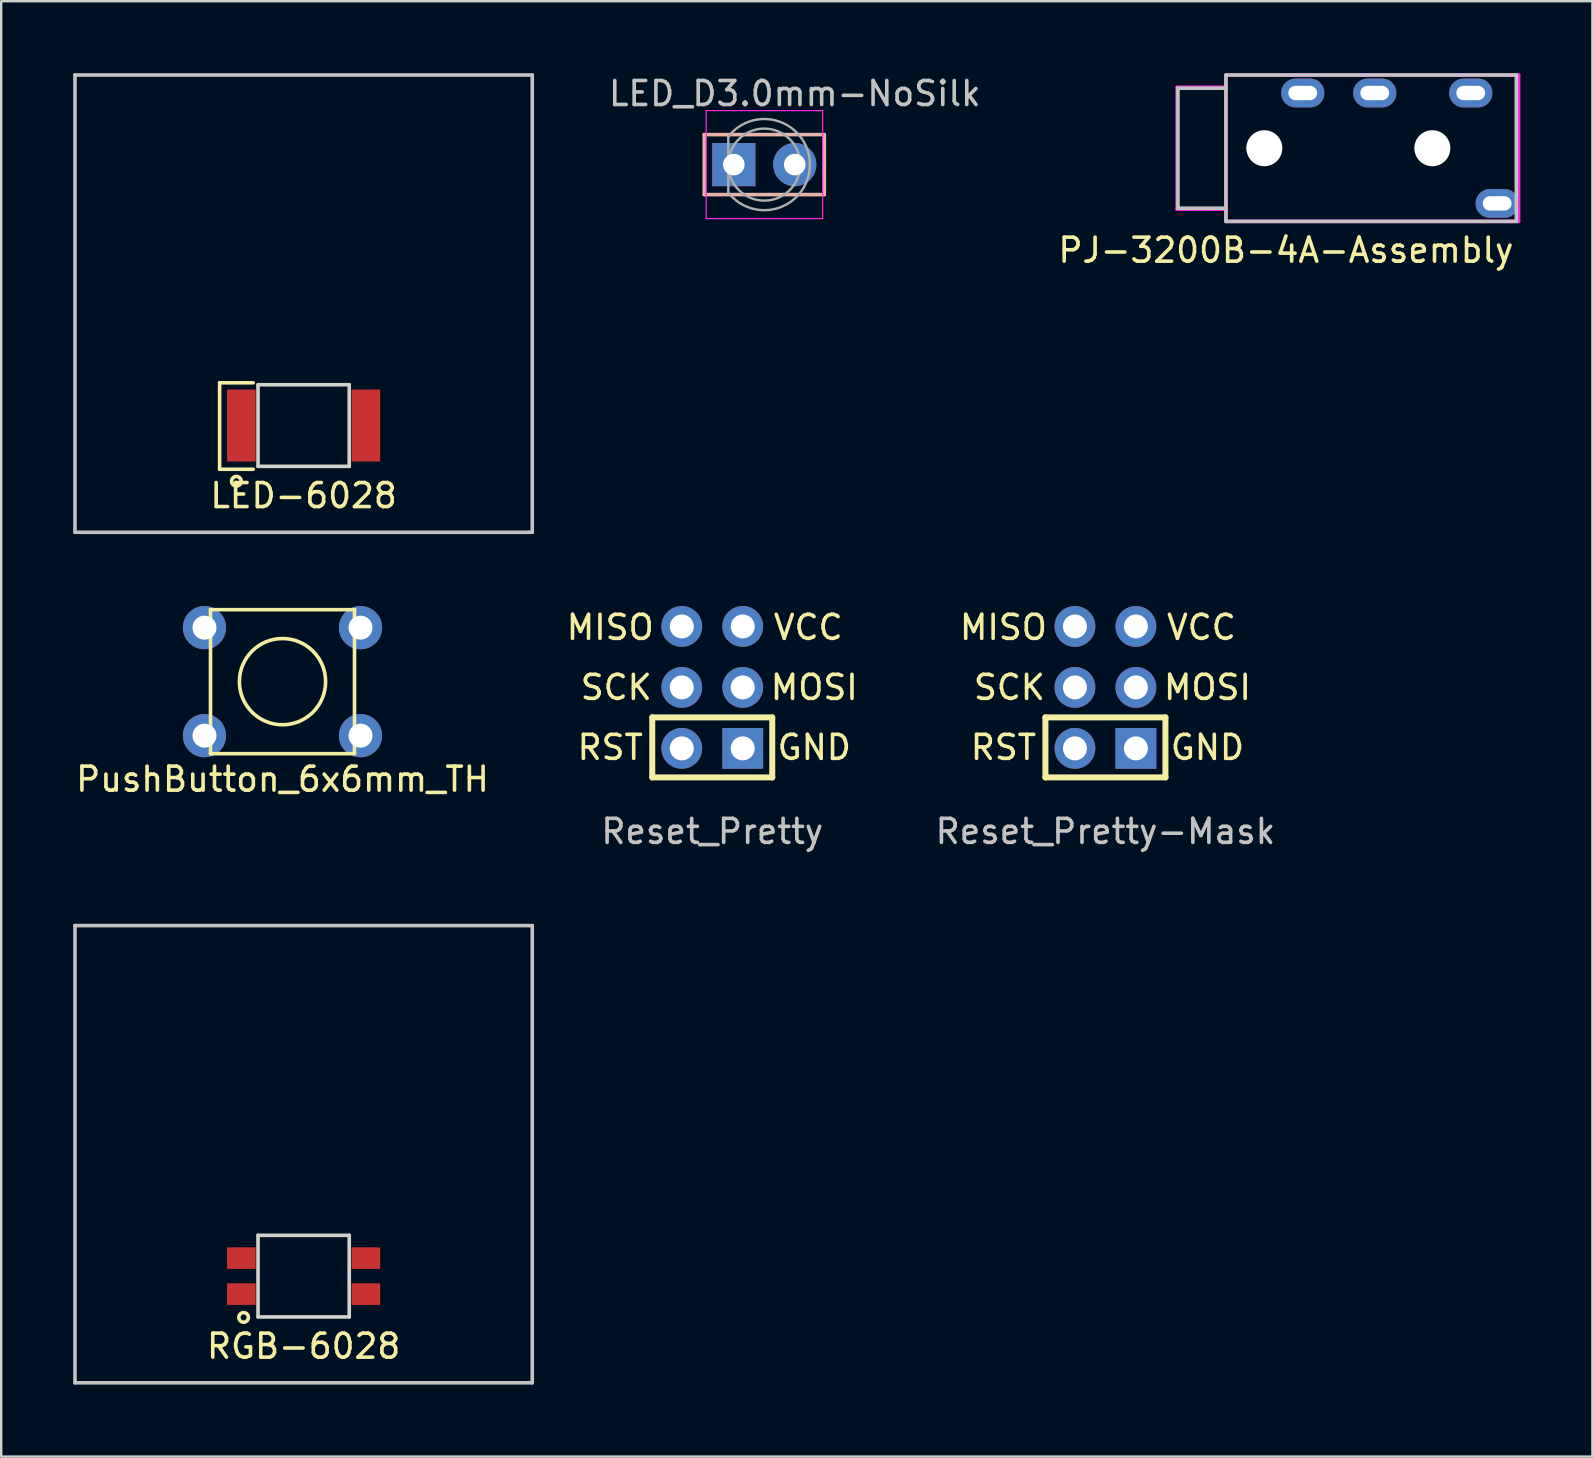
<source format=kicad_pcb>
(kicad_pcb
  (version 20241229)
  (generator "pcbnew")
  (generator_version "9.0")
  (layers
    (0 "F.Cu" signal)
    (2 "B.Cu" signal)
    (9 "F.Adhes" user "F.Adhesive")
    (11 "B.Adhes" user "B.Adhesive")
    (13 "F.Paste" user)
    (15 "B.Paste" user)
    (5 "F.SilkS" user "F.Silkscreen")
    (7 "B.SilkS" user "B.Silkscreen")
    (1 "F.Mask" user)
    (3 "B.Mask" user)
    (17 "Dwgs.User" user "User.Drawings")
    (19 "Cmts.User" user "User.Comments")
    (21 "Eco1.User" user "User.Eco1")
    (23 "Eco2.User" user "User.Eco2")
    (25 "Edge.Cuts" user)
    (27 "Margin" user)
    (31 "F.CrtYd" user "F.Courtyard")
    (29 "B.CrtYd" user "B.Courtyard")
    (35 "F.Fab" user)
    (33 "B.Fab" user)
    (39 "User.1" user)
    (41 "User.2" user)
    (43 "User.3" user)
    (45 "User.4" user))
  (footprint "RGB-6028"
    (layer "F.Cu")
    (at 9.6 45.038)
    (property "Reference" "RGB-6028" (at 0 8 0) (layer "F.SilkS") (effects (font (size 1 1) (thickness 0.15))))
    (attr smd)
    (fp_circle (center -2.5 6.8) (end -2.5 6.6) (stroke (width 0.15) (type solid)) (fill no) (layer "F.SilkS"))
    (fp_line (start -9.525 -9.525) (end 9.525 -9.525) (stroke (width 0.15) (type solid)) (layer "Dwgs.User"))
    (fp_line (start -9.525 9.525) (end -9.525 -9.525) (stroke (width 0.15) (type solid)) (layer "Dwgs.User"))
    (fp_line (start 9.525 -9.525) (end 9.525 9.525) (stroke (width 0.15) (type solid)) (layer "Dwgs.User"))
    (fp_line (start 9.525 9.525) (end -9.525 9.525) (stroke (width 0.15) (type solid)) (layer "Dwgs.User"))
    (fp_line (start -1.9 3.38) (end -1.9 6.78) (stroke (width 0.15) (type solid)) (layer "Edge.Cuts"))
    (fp_line (start 1.9 3.38) (end -1.9 3.38) (stroke (width 0.15) (type solid)) (layer "Edge.Cuts"))
    (fp_line (start 1.9 3.38) (end 1.9 6.78) (stroke (width 0.15) (type solid)) (layer "Edge.Cuts"))
    (fp_line (start 1.9 6.78) (end -1.9 6.78) (stroke (width 0.15) (type solid)) (layer "Edge.Cuts"))
    (pad "1" smd rect (at -2.595 4.33) (size 1.19 0.9) (layers "F.Cu" "F.Mask" "F.Paste"))
    (pad "2" smd rect (at 2.595 5.83) (size 1.19 0.9) (layers "F.Cu" "F.Mask" "F.Paste"))
    (pad "3" smd rect (at 2.595 4.33) (size 1.19 0.9) (layers "F.Cu" "F.Mask" "F.Paste"))
    (pad "4" smd rect (at -2.595 5.83) (size 1.19 0.9) (layers "F.Cu" "F.Mask" "F.Paste")))
  (footprint "Reset_Pretty"
    (layer "F.Cu")
    (at 26.625 25.59)
    (property "Reference" "Reset_Pretty" (at 0 6 0) (layer "Dwgs.User") (effects (font (size 1 1) (thickness 0.15))))
    (attr exclude_from_pos_files exclude_from_bom)
    (fp_line (start -2.5 1.25) (end 2.5 1.25) (stroke (width 0.25) (type solid)) (layer "F.SilkS"))
    (fp_line (start -2.5 3.75) (end -2.5 1.25) (stroke (width 0.25) (type solid)) (layer "F.SilkS"))
    (fp_line (start 2.5 1.25) (end 2.5 3.75) (stroke (width 0.25) (type solid)) (layer "F.SilkS"))
    (fp_line (start 2.5 3.75) (end -2.5 3.75) (stroke (width 0.25) (type solid)) (layer "F.SilkS"))
    (fp_text user "GND" (at 4.25 2.5 0) (layer "F.SilkS") (effects (font (size 1 1) (thickness 0.15))))
    (fp_text user "VCC" (at 4 -2.5 0) (layer "F.SilkS") (effects (font (size 1 1) (thickness 0.15))))
    (fp_text user "MISO" (at -4.25 -2.5 0) (layer "F.SilkS") (effects (font (size 1 1) (thickness 0.15))))
    (fp_text user "RST" (at -4.25 2.5 0) (layer "F.SilkS") (effects (font (size 1 1) (thickness 0.15))))
    (fp_text user "SCK" (at -4 0 0) (layer "F.SilkS") (effects (font (size 1 1) (thickness 0.15))))
    (fp_text user "MOSI" (at 4.25 0 0) (layer "F.SilkS") (effects (font (size 1 1) (thickness 0.15))))
    (pad "1" thru_hole circle (at -1.27 -2.54) (size 1.7 1.7) (drill 1) (layers "*.Cu" "*.Mask"))
    (pad "2" thru_hole circle (at 1.27 -2.54) (size 1.7 1.7) (drill 1) (layers "*.Cu" "*.Mask"))
    (pad "3" thru_hole circle (at -1.27 0) (size 1.7 1.7) (drill 1) (layers "*.Cu" "*.Mask"))
    (pad "4" thru_hole circle (at 1.27 0) (size 1.7 1.7) (drill 1) (layers "*.Cu" "*.Mask"))
    (pad "5" thru_hole circle (at -1.27 2.54) (size 1.7 1.7) (drill 1) (layers "*.Cu" "*.Mask"))
    (pad "6" thru_hole rect (at 1.27 2.54) (size 1.7 1.7) (drill 1) (layers "*.Cu" "*.Mask")))
  (footprint "PJ-3200B-4A-Assembly"
    (layer "F.Cu")
    (at 48.027 3.125)
    (property "Reference" "PJ-3200B-4A-Assembly" (at 2.5 4.25 0) (layer "F.SilkS") (effects (font (size 1 1) (thickness 0.15))))
    (attr smd)
    (fp_line (start -2 2.5) (end -2 -2.5) (stroke (width 0.15) (type solid)) (layer "Dwgs.User"))
    (fp_line (start 0 -3.05) (end 0 3.05) (stroke (width 0.15) (type solid)) (layer "Dwgs.User"))
    (fp_line (start 0 -3.05) (end 12.1 -3.05) (stroke (width 0.15) (type solid)) (layer "Dwgs.User"))
    (fp_line (start 0 -2.5) (end -2 -2.5) (stroke (width 0.15) (type solid)) (layer "Dwgs.User"))
    (fp_line (start 0 2.5) (end -2 2.5) (stroke (width 0.15) (type solid)) (layer "Dwgs.User"))
    (fp_line (start 0 3.05) (end 12.1 3.05) (stroke (width 0.15) (type solid)) (layer "Dwgs.User"))
    (fp_line (start 12.1 -3.05) (end 12.1 3.05) (stroke (width 0.15) (type solid)) (layer "Dwgs.User"))
    (fp_line (start -2.032 -2.54) (end -2.032 2.54) (stroke (width 0.15) (type solid)) (layer "F.CrtYd"))
    (fp_line (start -2.032 2.54) (end 0 2.54) (stroke (width 0.15) (type solid)) (layer "F.CrtYd"))
    (fp_line (start 0 -3.048) (end 12.192 -3.048) (stroke (width 0.15) (type solid)) (layer "F.CrtYd"))
    (fp_line (start 0 -2.54) (end -2.032 -2.54) (stroke (width 0.15) (type solid)) (layer "F.CrtYd"))
    (fp_line (start 0 3.048) (end 0 -3.048) (stroke (width 0.15) (type solid)) (layer "F.CrtYd"))
    (fp_line (start 12.192 -3.048) (end 12.192 3.048) (stroke (width 0.15) (type solid)) (layer "F.CrtYd"))
    (fp_line (start 12.192 3.048) (end 0 3.048) (stroke (width 0.15) (type solid)) (layer "F.CrtYd"))
    (pad "" np_thru_hole circle (at 1.6 0) (size 1.5 1.5) (drill 1.5) (layers "*.Cu" "*.Mask"))
    (pad "" np_thru_hole circle (at 8.6 0) (size 1.5 1.5) (drill 1.5) (layers "*.Cu" "*.Mask"))
    (pad "1" thru_hole oval (at 3.2 -2.3) (size 1.8 1.2) (drill oval 1.2 0.6) (layers "*.Cu" "*.Mask"))
    (pad "2" thru_hole oval (at 6.2 -2.3) (size 1.8 1.2) (drill oval 1.2 0.6) (layers "*.Cu" "*.Mask"))
    (pad "3" thru_hole oval (at 10.2 -2.3) (size 1.8 1.2) (drill oval 1.2 0.6) (layers "*.Cu" "*.Mask"))
    (pad "4" thru_hole oval (at 11.3 2.3) (size 1.8 1.2) (drill oval 1.2 0.6) (layers "*.Cu" "*.Mask")))
  (footprint "PushButton_6x6mm_TH"
    (layer "F.Cu")
    (at 8.72 25.35)
    (property "Reference" "PushButton_6x6mm_TH" (at 0 4.064 0) (layer "F.SilkS") (effects (font (size 1 1) (thickness 0.15))))
    (attr through_hole)
    (fp_line (start -3 -3) (end 3 -3) (stroke (width 0.15) (type solid)) (layer "F.SilkS"))
    (fp_line (start -3 3) (end -3 -3) (stroke (width 0.15) (type solid)) (layer "F.SilkS"))
    (fp_line (start 3 -3) (end 3 3) (stroke (width 0.15) (type solid)) (layer "F.SilkS"))
    (fp_line (start 3 3) (end -3 3) (stroke (width 0.15) (type solid)) (layer "F.SilkS"))
    (fp_circle (center 0 0) (end 1.27 -1.27) (stroke (width 0.15) (type solid)) (fill no) (layer "F.SilkS"))
    (pad "1" thru_hole circle (at 3.25 -2.25) (size 1.8 1.8) (drill 1) (layers "*.Cu" "*.Mask"))
    (pad "2" thru_hole circle (at -3.25 2.25) (size 1.8 1.8) (drill 1) (layers "*.Cu" "*.Mask"))
    (pad "3" thru_hole circle (at 3.25 2.25) (size 1.8 1.8) (drill 1) (layers "*.Cu" "*.Mask"))
    (pad "4" thru_hole circle (at -3.25 -2.25) (size 1.8 1.8) (drill 1) (layers "*.Cu" "*.Mask")))
  (footprint "LED_D3.0mm-NoSilk"
    (layer "F.Cu")
    (at 28.793 3.808)
    (property "Reference" "LED_D3.0mm-NoSilk" (at 1.27 -2.96 0) (layer "Dwgs.User") (effects (font (size 1 1) (thickness 0.15))))
    (attr through_hole)
    (fp_line (start -2.5 -1.25) (end 2.5 -1.25) (stroke (width 0.15) (type solid)) (layer "B.SilkS"))
    (fp_line (start -2.5 1.25) (end -2.5 -1.25) (stroke (width 0.15) (type solid)) (layer "B.SilkS"))
    (fp_line (start 2.5 -1.25) (end 2.5 1.25) (stroke (width 0.15) (type solid)) (layer "B.SilkS"))
    (fp_line (start 2.5 1.25) (end -2.5 1.25) (stroke (width 0.15) (type solid)) (layer "B.SilkS"))
    (fp_line (start -2.42 -2.25) (end -2.42 2.25) (stroke (width 0.05) (type solid)) (layer "F.CrtYd"))
    (fp_line (start -2.42 2.25) (end 2.43 2.25) (stroke (width 0.05) (type solid)) (layer "F.CrtYd"))
    (fp_line (start 2.43 -2.25) (end -2.42 -2.25) (stroke (width 0.05) (type solid)) (layer "F.CrtYd"))
    (fp_line (start 2.43 2.25) (end 2.43 -2.25) (stroke (width 0.05) (type solid)) (layer "F.CrtYd"))
    (fp_line (start -1.5 -1.166) (end -1.5 1.166) (stroke (width 0.1) (type solid)) (layer "F.Fab"))
    (fp_arc (start -1.5 -1.16619) (mid 1.9 0.000452) (end -1.500555 1.165476) (stroke (width 0.1) (type solid)) (layer "F.Fab"))
    (fp_circle (center 0 0) (end 1.5 0) (stroke (width 0.1) (type solid)) (fill no) (layer "F.Fab"))
    (pad "1" thru_hole rect (at -1.27 0) (size 1.8 1.8) (drill 0.9) (layers "*.Cu" "B.Mask"))
    (pad "2" thru_hole circle (at 1.27 0) (size 1.8 1.8) (drill 0.9) (layers "*.Cu" "B.Mask")))
  (footprint "LED-6028"
    (layer "F.Cu")
    (at 9.6 9.6)
    (property "Reference" "LED-6028" (at 0 8 0) (layer "F.SilkS") (effects (font (size 1 1) (thickness 0.15))))
    (attr smd)
    (fp_line (start -3.5 3.3) (end -2.1 3.3) (stroke (width 0.15) (type solid)) (layer "F.SilkS"))
    (fp_line (start -3.5 6.9) (end -3.5 3.3) (stroke (width 0.15) (type solid)) (layer "F.SilkS"))
    (fp_line (start -3.5 6.9) (end -2.1 6.9) (stroke (width 0.15) (type solid)) (layer "F.SilkS"))
    (fp_circle (center -2.8 7.4) (end -2.8 7.2) (stroke (width 0.15) (type solid)) (fill no) (layer "F.SilkS"))
    (fp_line (start -9.525 -9.525) (end 9.525 -9.525) (stroke (width 0.15) (type solid)) (layer "Dwgs.User"))
    (fp_line (start -9.525 9.525) (end -9.525 -9.525) (stroke (width 0.15) (type solid)) (layer "Dwgs.User"))
    (fp_line (start 9.525 -9.525) (end 9.525 9.525) (stroke (width 0.15) (type solid)) (layer "Dwgs.User"))
    (fp_line (start 9.525 9.525) (end -9.525 9.525) (stroke (width 0.15) (type solid)) (layer "Dwgs.User"))
    (fp_line (start -1.9 3.38) (end -1.9 6.78) (stroke (width 0.15) (type solid)) (layer "Edge.Cuts"))
    (fp_line (start 1.9 3.38) (end -1.9 3.38) (stroke (width 0.15) (type solid)) (layer "Edge.Cuts"))
    (fp_line (start 1.9 3.38) (end 1.9 6.78) (stroke (width 0.15) (type solid)) (layer "Edge.Cuts"))
    (fp_line (start 1.9 6.78) (end -1.9 6.78) (stroke (width 0.15) (type solid)) (layer "Edge.Cuts"))
    (pad "1" smd rect (at -2.595 5.08) (size 1.19 3) (layers "F.Cu" "F.Mask" "F.Paste"))
    (pad "2" smd rect (at 2.595 5.08) (size 1.19 3) (layers "F.Cu" "F.Mask" "F.Paste")))
  (footprint "Reset_Pretty-Mask"
    (layer "F.Cu")
    (at 43.006 25.59)
    (property "Reference" "Reset_Pretty-Mask" (at 0 6 0) (layer "Dwgs.User") (effects (font (size 1 1) (thickness 0.15))))
    (attr exclude_from_pos_files exclude_from_bom)
    (fp_line (start -2.5 1.25) (end 2.5 1.25) (stroke (width 0.25) (type solid)) (layer "F.SilkS"))
    (fp_line (start -2.5 3.75) (end -2.5 1.25) (stroke (width 0.25) (type solid)) (layer "F.SilkS"))
    (fp_line (start 2.5 1.25) (end 2.5 3.75) (stroke (width 0.25) (type solid)) (layer "F.SilkS"))
    (fp_line (start 2.5 3.75) (end -2.5 3.75) (stroke (width 0.25) (type solid)) (layer "F.SilkS"))
    (fp_text user "SCK" (at -4 0 0) (layer "F.SilkS") (effects (font (size 1 1) (thickness 0.15))))
    (fp_text user "MISO" (at -4.25 -2.5 0) (layer "F.SilkS") (effects (font (size 1 1) (thickness 0.15))))
    (fp_text user "MOSI" (at 4.25 0 0) (layer "F.SilkS") (effects (font (size 1 1) (thickness 0.15))))
    (fp_text user "RST" (at -4.25 2.5 0) (layer "F.SilkS") (effects (font (size 1 1) (thickness 0.15))))
    (fp_text user "VCC" (at 4 -2.5 0) (layer "F.SilkS") (effects (font (size 1 1) (thickness 0.15))))
    (fp_text user "GND" (at 4.25 2.5 0) (layer "F.SilkS") (effects (font (size 1 1) (thickness 0.15))))
    (pad "1" thru_hole circle (at -1.27 -2.54) (size 1.7 1.7) (drill 1) (layers "*.Cu" "F.Mask"))
    (pad "2" thru_hole circle (at 1.27 -2.54) (size 1.7 1.7) (drill 1) (layers "*.Cu" "F.Mask"))
    (pad "3" thru_hole circle (at -1.27 0) (size 1.7 1.7) (drill 1) (layers "*.Cu" "F.Mask"))
    (pad "4" thru_hole circle (at 1.27 0) (size 1.7 1.7) (drill 1) (layers "*.Cu" "F.Mask"))
    (pad "5" thru_hole circle (at -1.27 2.54) (size 1.7 1.7) (drill 1) (layers "*.Cu" "F.Mask"))
    (pad "6" thru_hole rect (at 1.27 2.54) (size 1.7 1.7) (drill 1) (layers "*.Cu" "F.Mask")))
  (gr_rect
    (start -3 -3)
    (end 63.294 57.638)
    (stroke (width 0.1) (type default))
    (fill no)
    (layer "Edge.Cuts")))
</source>
